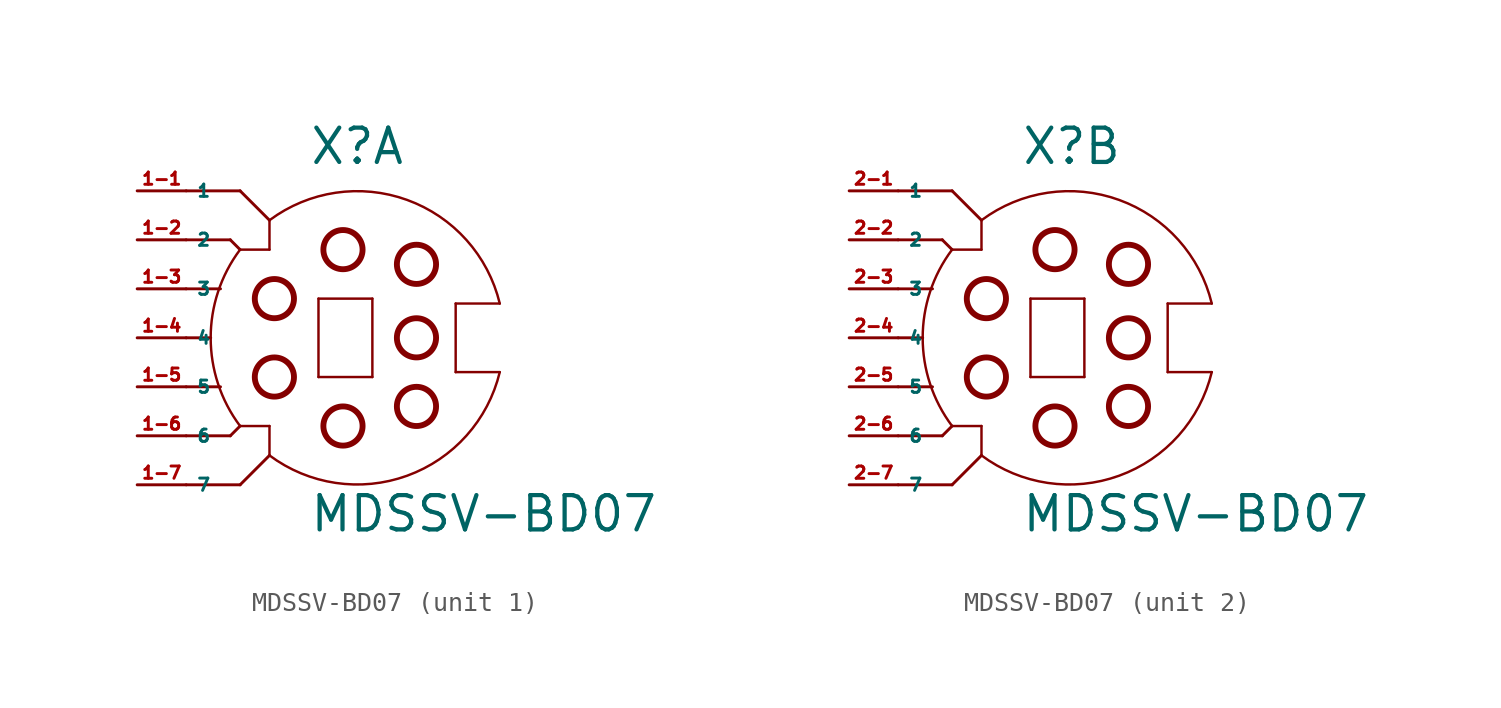
<source format=kicad_sym>
(kicad_symbol_lib
  (version 20220914)
  (generator Eagle2Kicad)
  (symbol "MDSSV-BD07"
    (property "Reference" "X"
      (at -1.27 8.89 0)
      (effects (font (size 1.778 1.778) (thickness 0.22)) (justify left bottom)))
    (property "Value" "MDSSV-BD07"
      (at -1.27 -10.16 0)
      (effects (font (size 1.778 1.778) (thickness 0.22)) (justify left bottom)))
    (symbol "MDSSV-BD07_1_0"
      (polyline (pts (xy 6.35 -1.778) (xy 6.35 1.778)) (stroke (width 0.127) (type default)) (fill (type none)))
      (polyline (pts (xy 6.35 1.778) (xy 8.636 1.778)) (stroke (width 0.127) (type default)) (fill (type none)))
      (polyline (pts (xy -3.302 6.096) (xy -3.302 4.572)) (stroke (width 0.127) (type default)) (fill (type none)))
      (polyline (pts (xy -3.302 4.572) (xy -4.826 4.572)) (stroke (width 0.127) (type default)) (fill (type none)))
      (polyline (pts (xy -4.826 -4.572) (xy -3.302 -4.572)) (stroke (width 0.127) (type default)) (fill (type none)))
      (polyline (pts (xy -3.302 -4.572) (xy -3.302 -6.096)) (stroke (width 0.127) (type default)) (fill (type none)))
      (arc (start -4.826 4.572) (mid -6.350 0.000) (end -4.826 -4.572) (stroke (width 0.127) (type default)) (fill (type none)))
      (arc (start 8.6357 1.778) (mid 3.829 7.150) (end -3.302 6.096) (stroke (width 0.127) (type default)) (fill (type none)))
      (polyline (pts (xy 2.032 -2.032) (xy -0.762 -2.032)) (stroke (width 0.127) (type default)) (fill (type none)))
      (polyline (pts (xy -0.762 -2.032) (xy -0.762 2.032)) (stroke (width 0.127) (type default)) (fill (type none)))
      (polyline (pts (xy -0.762 2.032) (xy 2.032 2.032)) (stroke (width 0.127) (type default)) (fill (type none)))
      (polyline (pts (xy 2.032 2.032) (xy 2.032 -2.032)) (stroke (width 0.127) (type default)) (fill (type none)))
      (polyline (pts (xy -7.62 0) (xy -6.35 0)) (stroke (width 0.152) (type default)) (fill (type none)))
      (polyline (pts (xy -7.62 2.54) (xy -5.842 2.54)) (stroke (width 0.152) (type default)) (fill (type none)))
      (polyline (pts (xy -7.62 -2.54) (xy -5.842 -2.54)) (stroke (width 0.152) (type default)) (fill (type none)))
      (polyline (pts (xy -7.62 5.08) (xy -5.334 5.08)) (stroke (width 0.152) (type default)) (fill (type none)))
      (polyline (pts (xy -5.334 5.08) (xy -4.826 4.572)) (stroke (width 0.152) (type default)) (fill (type none)))
      (polyline (pts (xy -7.62 -5.08) (xy -5.334 -5.08)) (stroke (width 0.152) (type default)) (fill (type none)))
      (polyline (pts (xy -5.334 -5.08) (xy -4.826 -4.572)) (stroke (width 0.152) (type default)) (fill (type none)))
      (polyline (pts (xy -7.62 -7.62) (xy -4.826 -7.62)) (stroke (width 0.152) (type default)) (fill (type none)))
      (polyline (pts (xy -4.826 -7.62) (xy -3.302 -6.096)) (stroke (width 0.152) (type default)) (fill (type none)))
      (polyline (pts (xy -7.62 7.62) (xy -4.826 7.62)) (stroke (width 0.152) (type default)) (fill (type none)))
      (polyline (pts (xy -4.826 7.62) (xy -3.302 6.096)) (stroke (width 0.152) (type default)) (fill (type none)))
      (polyline (pts (xy 6.35 -1.778) (xy 8.636 -1.778)) (stroke (width 0.127) (type default)) (fill (type none)))
      (arc (start -3.302 -6.096) (mid 3.829 -7.150) (end 8.6357 -1.778) (stroke (width 0.127) (type default)) (fill (type none)))
      (circle (center 0.508 4.572) (radius 1.016) (stroke (width 0.305) (type default)) (fill (type none)))
      (circle (center 4.318 3.81) (radius 1.016) (stroke (width 0.305) (type default)) (fill (type none)))
      (circle (center 0.508 -4.572) (radius 1.016) (stroke (width 0.305) (type default)) (fill (type none)))
      (circle (center 4.318 -3.556) (radius 1.016) (stroke (width 0.305) (type default)) (fill (type none)))
      (circle (center -3.048 2.032) (radius 1.016) (stroke (width 0.305) (type default)) (fill (type none)))
      (circle (center -3.048 -2.032) (radius 1.016) (stroke (width 0.305) (type default)) (fill (type none)))
      (circle (center 4.318 0) (radius 1.016) (stroke (width 0.305) (type default)) (fill (type none)))
      (pin passive line (at -10.16 7.62 0) (length 2.54) (name "1" (effects (font (size 0.635 0.635) (thickness 0.08)) (justify left bottom))) (number "1-1" (effects (font (size 0.635 0.635) (thickness 0.08)) (justify left bottom))))
      (pin passive line (at -10.16 5.08 0) (length 2.54) (name "2" (effects (font (size 0.635 0.635) (thickness 0.08)) (justify left bottom))) (number "1-2" (effects (font (size 0.635 0.635) (thickness 0.08)) (justify left bottom))))
      (pin passive line (at -10.16 2.54 0) (length 2.54) (name "3" (effects (font (size 0.635 0.635) (thickness 0.08)) (justify left bottom))) (number "1-3" (effects (font (size 0.635 0.635) (thickness 0.08)) (justify left bottom))))
      (pin passive line (at -10.16 0 0) (length 2.54) (name "4" (effects (font (size 0.635 0.635) (thickness 0.08)) (justify left bottom))) (number "1-4" (effects (font (size 0.635 0.635) (thickness 0.08)) (justify left bottom))))
      (pin passive line (at -10.16 -2.54 0) (length 2.54) (name "5" (effects (font (size 0.635 0.635) (thickness 0.08)) (justify left bottom))) (number "1-5" (effects (font (size 0.635 0.635) (thickness 0.08)) (justify left bottom))))
      (pin passive line (at -10.16 -5.08 0) (length 2.54) (name "6" (effects (font (size 0.635 0.635) (thickness 0.08)) (justify left bottom))) (number "1-6" (effects (font (size 0.635 0.635) (thickness 0.08)) (justify left bottom))))
      (pin passive line (at -10.16 -7.62 0) (length 2.54) (name "7" (effects (font (size 0.635 0.635) (thickness 0.08)) (justify left bottom))) (number "1-7" (effects (font (size 0.635 0.635) (thickness 0.08)) (justify left bottom)))))
    (symbol "MDSSV-BD07_2_0"
      (polyline (pts (xy 6.35 -1.778) (xy 6.35 1.778)) (stroke (width 0.127) (type default)) (fill (type none)))
      (polyline (pts (xy 6.35 1.778) (xy 8.636 1.778)) (stroke (width 0.127) (type default)) (fill (type none)))
      (polyline (pts (xy -3.302 6.096) (xy -3.302 4.572)) (stroke (width 0.127) (type default)) (fill (type none)))
      (polyline (pts (xy -3.302 4.572) (xy -4.826 4.572)) (stroke (width 0.127) (type default)) (fill (type none)))
      (polyline (pts (xy -4.826 -4.572) (xy -3.302 -4.572)) (stroke (width 0.127) (type default)) (fill (type none)))
      (polyline (pts (xy -3.302 -4.572) (xy -3.302 -6.096)) (stroke (width 0.127) (type default)) (fill (type none)))
      (arc (start -4.826 4.572) (mid -6.350 0.000) (end -4.826 -4.572) (stroke (width 0.127) (type default)) (fill (type none)))
      (arc (start 8.6357 1.778) (mid 3.829 7.150) (end -3.302 6.096) (stroke (width 0.127) (type default)) (fill (type none)))
      (polyline (pts (xy 2.032 -2.032) (xy -0.762 -2.032)) (stroke (width 0.127) (type default)) (fill (type none)))
      (polyline (pts (xy -0.762 -2.032) (xy -0.762 2.032)) (stroke (width 0.127) (type default)) (fill (type none)))
      (polyline (pts (xy -0.762 2.032) (xy 2.032 2.032)) (stroke (width 0.127) (type default)) (fill (type none)))
      (polyline (pts (xy 2.032 2.032) (xy 2.032 -2.032)) (stroke (width 0.127) (type default)) (fill (type none)))
      (polyline (pts (xy -7.62 0) (xy -6.35 0)) (stroke (width 0.152) (type default)) (fill (type none)))
      (polyline (pts (xy -7.62 2.54) (xy -5.842 2.54)) (stroke (width 0.152) (type default)) (fill (type none)))
      (polyline (pts (xy -7.62 -2.54) (xy -5.842 -2.54)) (stroke (width 0.152) (type default)) (fill (type none)))
      (polyline (pts (xy -7.62 5.08) (xy -5.334 5.08)) (stroke (width 0.152) (type default)) (fill (type none)))
      (polyline (pts (xy -5.334 5.08) (xy -4.826 4.572)) (stroke (width 0.152) (type default)) (fill (type none)))
      (polyline (pts (xy -7.62 -5.08) (xy -5.334 -5.08)) (stroke (width 0.152) (type default)) (fill (type none)))
      (polyline (pts (xy -5.334 -5.08) (xy -4.826 -4.572)) (stroke (width 0.152) (type default)) (fill (type none)))
      (polyline (pts (xy -7.62 -7.62) (xy -4.826 -7.62)) (stroke (width 0.152) (type default)) (fill (type none)))
      (polyline (pts (xy -4.826 -7.62) (xy -3.302 -6.096)) (stroke (width 0.152) (type default)) (fill (type none)))
      (polyline (pts (xy -7.62 7.62) (xy -4.826 7.62)) (stroke (width 0.152) (type default)) (fill (type none)))
      (polyline (pts (xy -4.826 7.62) (xy -3.302 6.096)) (stroke (width 0.152) (type default)) (fill (type none)))
      (polyline (pts (xy 6.35 -1.778) (xy 8.636 -1.778)) (stroke (width 0.127) (type default)) (fill (type none)))
      (arc (start -3.302 -6.096) (mid 3.829 -7.150) (end 8.6357 -1.778) (stroke (width 0.127) (type default)) (fill (type none)))
      (circle (center 0.508 4.572) (radius 1.016) (stroke (width 0.305) (type default)) (fill (type none)))
      (circle (center 4.318 3.81) (radius 1.016) (stroke (width 0.305) (type default)) (fill (type none)))
      (circle (center 0.508 -4.572) (radius 1.016) (stroke (width 0.305) (type default)) (fill (type none)))
      (circle (center 4.318 -3.556) (radius 1.016) (stroke (width 0.305) (type default)) (fill (type none)))
      (circle (center -3.048 2.032) (radius 1.016) (stroke (width 0.305) (type default)) (fill (type none)))
      (circle (center -3.048 -2.032) (radius 1.016) (stroke (width 0.305) (type default)) (fill (type none)))
      (circle (center 4.318 0) (radius 1.016) (stroke (width 0.305) (type default)) (fill (type none)))
      (pin passive line (at -10.16 7.62 0) (length 2.54) (name "1" (effects (font (size 0.635 0.635) (thickness 0.08)) (justify left bottom))) (number "2-1" (effects (font (size 0.635 0.635) (thickness 0.08)) (justify left bottom))))
      (pin passive line (at -10.16 5.08 0) (length 2.54) (name "2" (effects (font (size 0.635 0.635) (thickness 0.08)) (justify left bottom))) (number "2-2" (effects (font (size 0.635 0.635) (thickness 0.08)) (justify left bottom))))
      (pin passive line (at -10.16 2.54 0) (length 2.54) (name "3" (effects (font (size 0.635 0.635) (thickness 0.08)) (justify left bottom))) (number "2-3" (effects (font (size 0.635 0.635) (thickness 0.08)) (justify left bottom))))
      (pin passive line (at -10.16 0 0) (length 2.54) (name "4" (effects (font (size 0.635 0.635) (thickness 0.08)) (justify left bottom))) (number "2-4" (effects (font (size 0.635 0.635) (thickness 0.08)) (justify left bottom))))
      (pin passive line (at -10.16 -2.54 0) (length 2.54) (name "5" (effects (font (size 0.635 0.635) (thickness 0.08)) (justify left bottom))) (number "2-5" (effects (font (size 0.635 0.635) (thickness 0.08)) (justify left bottom))))
      (pin passive line (at -10.16 -5.08 0) (length 2.54) (name "6" (effects (font (size 0.635 0.635) (thickness 0.08)) (justify left bottom))) (number "2-6" (effects (font (size 0.635 0.635) (thickness 0.08)) (justify left bottom))))
      (pin passive line (at -10.16 -7.62 0) (length 2.54) (name "7" (effects (font (size 0.635 0.635) (thickness 0.08)) (justify left bottom))) (number "2-7" (effects (font (size 0.635 0.635) (thickness 0.08)) (justify left bottom)))))))
</source>
